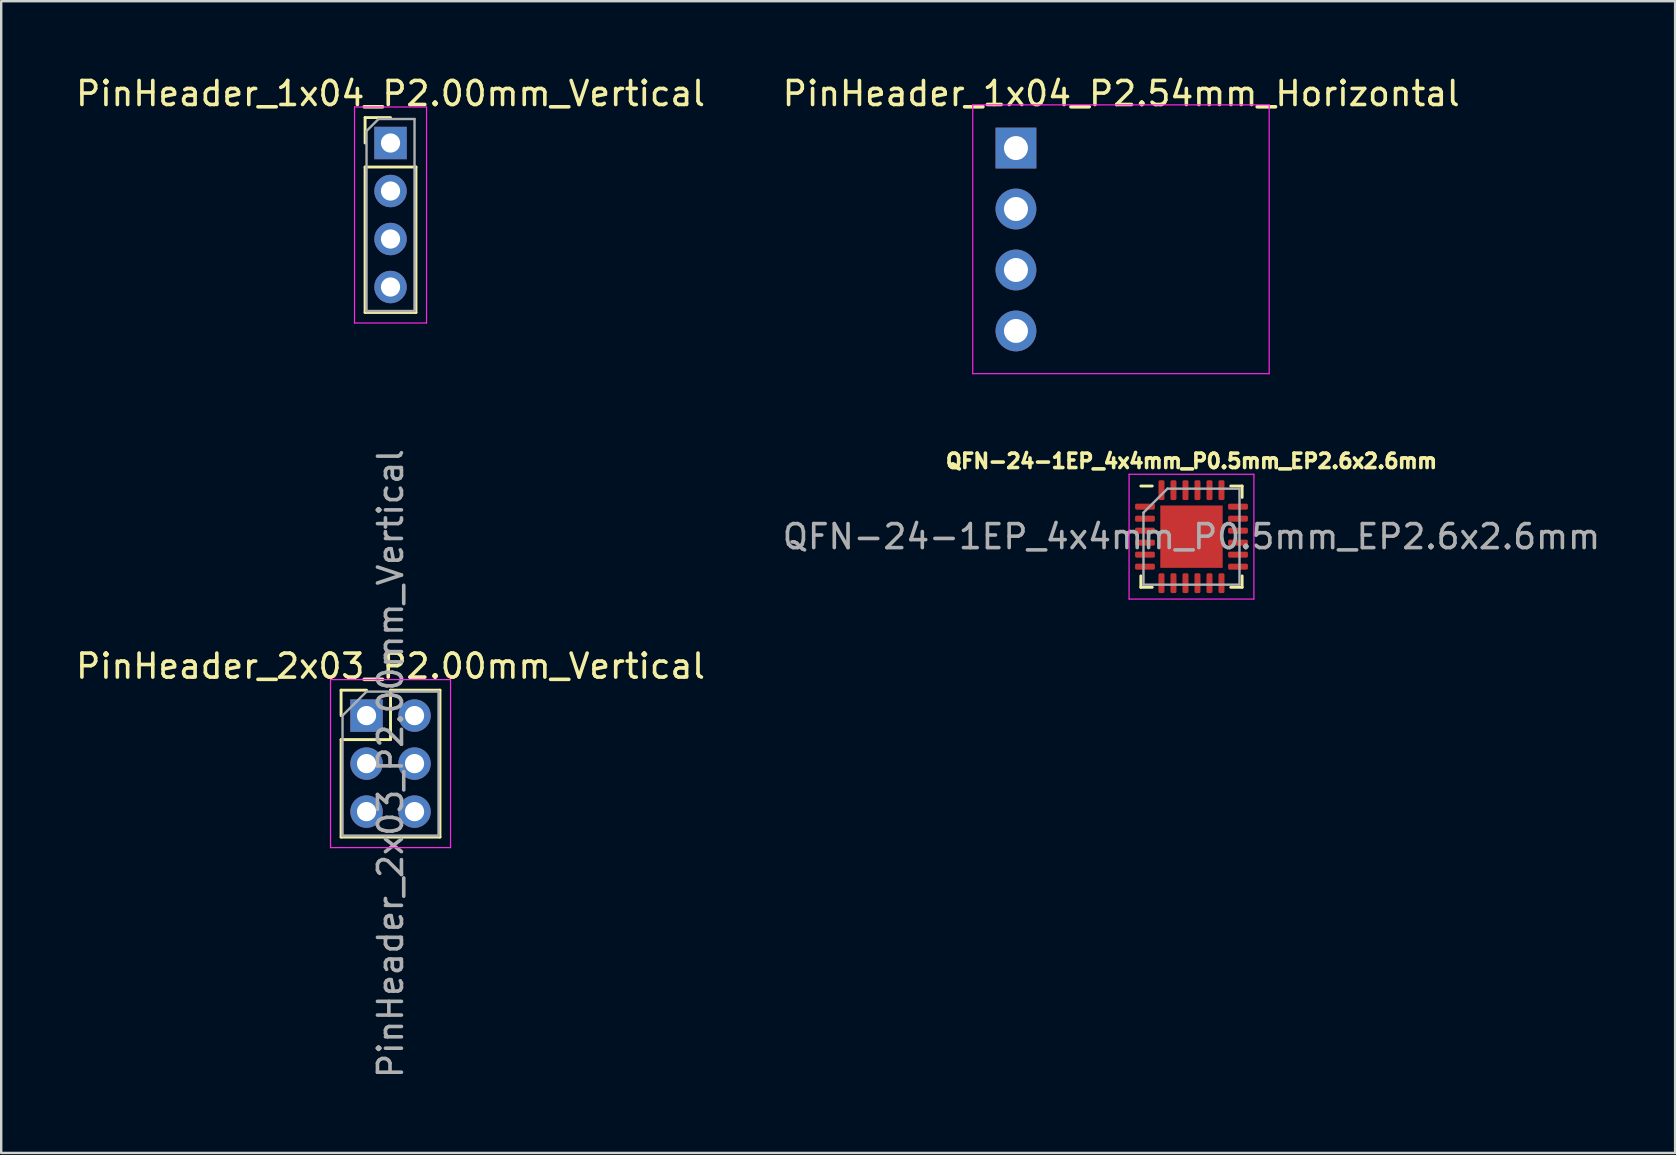
<source format=kicad_pcb>
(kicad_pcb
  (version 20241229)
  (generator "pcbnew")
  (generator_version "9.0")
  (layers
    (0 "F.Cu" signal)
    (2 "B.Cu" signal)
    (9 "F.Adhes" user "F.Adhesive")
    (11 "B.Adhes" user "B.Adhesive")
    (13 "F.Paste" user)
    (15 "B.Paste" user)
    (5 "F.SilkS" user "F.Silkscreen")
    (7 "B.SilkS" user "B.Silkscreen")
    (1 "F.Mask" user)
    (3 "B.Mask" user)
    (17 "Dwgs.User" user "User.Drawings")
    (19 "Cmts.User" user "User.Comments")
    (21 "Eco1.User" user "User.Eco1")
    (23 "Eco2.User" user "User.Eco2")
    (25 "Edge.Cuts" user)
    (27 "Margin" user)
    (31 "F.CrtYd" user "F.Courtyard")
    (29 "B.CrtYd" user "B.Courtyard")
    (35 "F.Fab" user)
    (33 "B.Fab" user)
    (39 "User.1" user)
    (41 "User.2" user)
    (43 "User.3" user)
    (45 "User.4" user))
  (footprint "QFN-24-1EP_4x4mm_P0.5mm_EP2.6x2.6mm"
    (layer "F.Cu")
    (at 46.589 19.308)
    (property "Reference" "QFN-24-1EP_4x4mm_P0.5mm_EP2.6x2.6mm" (at 0 -3.15 0) (layer "F.SilkS") (effects (font (size 0.6 0.6) (thickness 0.15))))
    (attr smd)
    (fp_line (start -2.11 2.11) (end -2.11 1.635) (stroke (width 0.12) (type solid)) (layer "F.SilkS"))
    (fp_line (start -1.635 -2.11) (end -2.11 -2.11) (stroke (width 0.12) (type solid)) (layer "F.SilkS"))
    (fp_line (start -1.635 2.11) (end -2.11 2.11) (stroke (width 0.12) (type solid)) (layer "F.SilkS"))
    (fp_line (start 1.635 -2.11) (end 2.11 -2.11) (stroke (width 0.12) (type solid)) (layer "F.SilkS"))
    (fp_line (start 1.635 2.11) (end 2.11 2.11) (stroke (width 0.12) (type solid)) (layer "F.SilkS"))
    (fp_line (start 2.11 -2.11) (end 2.11 -1.635) (stroke (width 0.12) (type solid)) (layer "F.SilkS"))
    (fp_line (start 2.11 2.11) (end 2.11 1.635) (stroke (width 0.12) (type solid)) (layer "F.SilkS"))
    (fp_line (start -2.6 -2.6) (end -2.6 2.6) (stroke (width 0.05) (type solid)) (layer "F.CrtYd"))
    (fp_line (start -2.6 2.6) (end 2.6 2.6) (stroke (width 0.05) (type solid)) (layer "F.CrtYd"))
    (fp_line (start 2.6 -2.6) (end -2.6 -2.6) (stroke (width 0.05) (type solid)) (layer "F.CrtYd"))
    (fp_line (start 2.6 2.6) (end 2.6 -2.6) (stroke (width 0.05) (type solid)) (layer "F.CrtYd"))
    (fp_line (start -2 -1) (end -1 -2) (stroke (width 0.1) (type solid)) (layer "F.Fab"))
    (fp_line (start -2 2) (end -2 -1) (stroke (width 0.1) (type solid)) (layer "F.Fab"))
    (fp_line (start -1 -2) (end 2 -2) (stroke (width 0.1) (type solid)) (layer "F.Fab"))
    (fp_line (start 2 -2) (end 2 2) (stroke (width 0.1) (type solid)) (layer "F.Fab"))
    (fp_line (start 2 2) (end -2 2) (stroke (width 0.1) (type solid)) (layer "F.Fab"))
    (fp_text user "${REFERENCE}" (at 0 0 0) (layer "F.Fab") (effects (font (size 1 1) (thickness 0.15))))
    (pad "" smd roundrect (at -0.65 -0.65) (size 1.05 1.05) (layers "F.Paste") (roundrect_rratio 0.238))
    (pad "" smd roundrect (at -0.65 0.65) (size 1.05 1.05) (layers "F.Paste") (roundrect_rratio 0.238))
    (pad "" smd roundrect (at 0.65 -0.65) (size 1.05 1.05) (layers "F.Paste") (roundrect_rratio 0.238))
    (pad "" smd roundrect (at 0.65 0.65) (size 1.05 1.05) (layers "F.Paste") (roundrect_rratio 0.238))
    (pad "25" smd rect (at 0 0) (size 2.6 2.6) (layers "F.Cu" "F.Mask"))
    (pad "AD0-9" smd roundrect (at -0.25 1.938) (size 0.25 0.825) (layers "F.Cu" "F.Mask" "F.Paste") (roundrect_rratio 0.25))
    (pad "AUX_CL-7" smd roundrect (at -1.25 1.938) (size 0.25 0.825) (layers "F.Cu" "F.Mask" "F.Paste") (roundrect_rratio 0.25))
    (pad "AUX_DA-6" smd roundrect (at -1.938 1.25) (size 0.825 0.25) (layers "F.Cu" "F.Mask" "F.Paste") (roundrect_rratio 0.25))
    (pad "CLKIN-1" smd roundrect (at -1.938 -1.25) (size 0.825 0.25) (layers "F.Cu" "F.Mask" "F.Paste") (roundrect_rratio 0.25))
    (pad "CPOUT-20" smd roundrect (at 0.75 -1.938) (size 0.25 0.825) (layers "F.Cu" "F.Mask" "F.Paste") (roundrect_rratio 0.25))
    (pad "FSYNC-11" smd roundrect (at 0.75 1.938) (size 0.25 0.825) (layers "F.Cu" "F.Mask" "F.Paste") (roundrect_rratio 0.25))
    (pad "GND-18" smd roundrect (at 1.938 -1.25) (size 0.825 0.25) (layers "F.Cu" "F.Mask" "F.Paste") (roundrect_rratio 0.25))
    (pad "INT-12" smd roundrect (at 1.25 1.938) (size 0.25 0.825) (layers "F.Cu" "F.Mask" "F.Paste") (roundrect_rratio 0.25))
    (pad "NC-2" smd roundrect (at -1.938 -0.75) (size 0.825 0.25) (layers "F.Cu" "F.Mask" "F.Paste") (roundrect_rratio 0.25))
    (pad "NC-3" smd roundrect (at -1.938 -0.25) (size 0.825 0.25) (layers "F.Cu" "F.Mask" "F.Paste") (roundrect_rratio 0.25))
    (pad "NC-4" smd roundrect (at -1.938 0.25) (size 0.825 0.25) (layers "F.Cu" "F.Mask" "F.Paste") (roundrect_rratio 0.25))
    (pad "NC-5" smd roundrect (at -1.938 0.75) (size 0.825 0.25) (layers "F.Cu" "F.Mask" "F.Paste") (roundrect_rratio 0.25))
    (pad "NC-14" smd roundrect (at 1.938 0.75) (size 0.825 0.25) (layers "F.Cu" "F.Mask" "F.Paste") (roundrect_rratio 0.25))
    (pad "NC-15" smd roundrect (at 1.938 0.25) (size 0.825 0.25) (layers "F.Cu" "F.Mask" "F.Paste") (roundrect_rratio 0.25))
    (pad "NC-16" smd roundrect (at 1.938 -0.25) (size 0.825 0.25) (layers "F.Cu" "F.Mask" "F.Paste") (roundrect_rratio 0.25))
    (pad "NC-17" smd roundrect (at 1.938 -0.75) (size 0.825 0.25) (layers "F.Cu" "F.Mask" "F.Paste") (roundrect_rratio 0.25))
    (pad "REGOUT-10" smd roundrect (at 0.25 1.938) (size 0.25 0.825) (layers "F.Cu" "F.Mask" "F.Paste") (roundrect_rratio 0.25))
    (pad "RESV-19" smd roundrect (at 1.25 -1.938) (size 0.25 0.825) (layers "F.Cu" "F.Mask" "F.Paste") (roundrect_rratio 0.25))
    (pad "RESV-21" smd roundrect (at 0.25 -1.938) (size 0.25 0.825) (layers "F.Cu" "F.Mask" "F.Paste") (roundrect_rratio 0.25))
    (pad "RESV-22" smd roundrect (at -0.25 -1.938) (size 0.25 0.825) (layers "F.Cu" "F.Mask" "F.Paste") (roundrect_rratio 0.25))
    (pad "SCL-23" smd roundrect (at -0.75 -1.938) (size 0.25 0.825) (layers "F.Cu" "F.Mask" "F.Paste") (roundrect_rratio 0.25))
    (pad "SDA-24" smd roundrect (at -1.25 -1.938) (size 0.25 0.825) (layers "F.Cu" "F.Mask" "F.Paste") (roundrect_rratio 0.25))
    (pad "VDD-13" smd roundrect (at 1.938 1.25) (size 0.825 0.25) (layers "F.Cu" "F.Mask" "F.Paste") (roundrect_rratio 0.25))
    (pad "VLOGIC-8" smd roundrect (at -0.75 1.938) (size 0.25 0.825) (layers "F.Cu" "F.Mask" "F.Paste") (roundrect_rratio 0.25)))
  (footprint "PinHeader_1x04_P2.54mm_Horizontal"
    (layer "F.Cu")
    (at 39.276 3.118)
    (property "Reference" "PinHeader_1x04_P2.54mm_Horizontal" (at 4.385 -2.27 0) (layer "F.SilkS") (effects (font (size 1 1) (thickness 0.15))))
    (attr through_hole)
    (fp_line (start -1.8 -1.8) (end -1.8 9.4) (stroke (width 0.05) (type solid)) (layer "F.CrtYd"))
    (fp_line (start -1.8 9.4) (end 10.55 9.4) (stroke (width 0.05) (type solid)) (layer "F.CrtYd"))
    (fp_line (start 10.55 -1.8) (end -1.8 -1.8) (stroke (width 0.05) (type solid)) (layer "F.CrtYd"))
    (fp_line (start 10.55 9.4) (end 10.55 -1.8) (stroke (width 0.05) (type solid)) (layer "F.CrtYd"))
    (pad "1" thru_hole rect (at 0 0 180) (size 1.7 1.7) (drill 1) (layers "*.Cu" "*.Mask"))
    (pad "2" thru_hole oval (at 0 2.54 180) (size 1.7 1.7) (drill 1) (layers "*.Cu" "*.Mask"))
    (pad "3" thru_hole oval (at 0 5.08 180) (size 1.7 1.7) (drill 1) (layers "*.Cu" "*.Mask"))
    (pad "4" thru_hole oval (at 0 7.62 180) (size 1.7 1.7) (drill 1) (layers "*.Cu" "*.Mask")))
  (footprint "PinHeader_2x03_P2.00mm_Vertical"
    (layer "F.Cu")
    (at 12.22 26.763)
    (property "Reference" "PinHeader_2x03_P2.00mm_Vertical" (at 1 -2.06 0) (layer "F.SilkS") (effects (font (size 1 1) (thickness 0.15))))
    (attr through_hole)
    (fp_line (start -1.06 -1.06) (end 0 -1.06) (stroke (width 0.12) (type solid)) (layer "F.SilkS"))
    (fp_line (start -1.06 0) (end -1.06 -1.06) (stroke (width 0.12) (type solid)) (layer "F.SilkS"))
    (fp_line (start -1.06 1) (end -1.06 5.06) (stroke (width 0.12) (type solid)) (layer "F.SilkS"))
    (fp_line (start -1.06 1) (end 1 1) (stroke (width 0.12) (type solid)) (layer "F.SilkS"))
    (fp_line (start -1.06 5.06) (end 3.06 5.06) (stroke (width 0.12) (type solid)) (layer "F.SilkS"))
    (fp_line (start 1 -1.06) (end 3.06 -1.06) (stroke (width 0.12) (type solid)) (layer "F.SilkS"))
    (fp_line (start 1 1) (end 1 -1.06) (stroke (width 0.12) (type solid)) (layer "F.SilkS"))
    (fp_line (start 3.06 -1.06) (end 3.06 5.06) (stroke (width 0.12) (type solid)) (layer "F.SilkS"))
    (fp_line (start -1.5 -1.5) (end -1.5 5.5) (stroke (width 0.05) (type solid)) (layer "F.CrtYd"))
    (fp_line (start -1.5 5.5) (end 3.5 5.5) (stroke (width 0.05) (type solid)) (layer "F.CrtYd"))
    (fp_line (start 3.5 -1.5) (end -1.5 -1.5) (stroke (width 0.05) (type solid)) (layer "F.CrtYd"))
    (fp_line (start 3.5 5.5) (end 3.5 -1.5) (stroke (width 0.05) (type solid)) (layer "F.CrtYd"))
    (fp_line (start -1 0) (end 0 -1) (stroke (width 0.1) (type solid)) (layer "F.Fab"))
    (fp_line (start -1 5) (end -1 0) (stroke (width 0.1) (type solid)) (layer "F.Fab"))
    (fp_line (start 0 -1) (end 3 -1) (stroke (width 0.1) (type solid)) (layer "F.Fab"))
    (fp_line (start 3 -1) (end 3 5) (stroke (width 0.1) (type solid)) (layer "F.Fab"))
    (fp_line (start 3 5) (end -1 5) (stroke (width 0.1) (type solid)) (layer "F.Fab"))
    (fp_text user "${REFERENCE}" (at 1 2 270) (layer "F.Fab") (effects (font (size 1 1) (thickness 0.15))))
    (pad "1" thru_hole rect (at 0 0) (size 1.35 1.35) (drill 0.8) (layers "*.Cu" "*.Mask"))
    (pad "2" thru_hole oval (at 2 0) (size 1.35 1.35) (drill 0.8) (layers "*.Cu" "*.Mask"))
    (pad "3" thru_hole oval (at 0 2) (size 1.35 1.35) (drill 0.8) (layers "*.Cu" "*.Mask"))
    (pad "4" thru_hole oval (at 2 2) (size 1.35 1.35) (drill 0.8) (layers "*.Cu" "*.Mask"))
    (pad "5" thru_hole oval (at 0 4) (size 1.35 1.35) (drill 0.8) (layers "*.Cu" "*.Mask"))
    (pad "6" thru_hole oval (at 2 4) (size 1.35 1.35) (drill 0.8) (layers "*.Cu" "*.Mask")))
  (footprint "PinHeader_1x04_P2.00mm_Vertical"
    (layer "F.Cu")
    (at 13.22 2.908)
    (property "Reference" "PinHeader_1x04_P2.00mm_Vertical" (at 0 -2.06 0) (layer "F.SilkS") (effects (font (size 1 1) (thickness 0.15))))
    (attr through_hole)
    (fp_line (start -1.06 -1.06) (end 0 -1.06) (stroke (width 0.12) (type solid)) (layer "F.SilkS"))
    (fp_line (start -1.06 0) (end -1.06 -1.06) (stroke (width 0.12) (type solid)) (layer "F.SilkS"))
    (fp_line (start -1.06 1) (end -1.06 7.06) (stroke (width 0.12) (type solid)) (layer "F.SilkS"))
    (fp_line (start -1.06 1) (end 1.06 1) (stroke (width 0.12) (type solid)) (layer "F.SilkS"))
    (fp_line (start -1.06 7.06) (end 1.06 7.06) (stroke (width 0.12) (type solid)) (layer "F.SilkS"))
    (fp_line (start 1.06 1) (end 1.06 7.06) (stroke (width 0.12) (type solid)) (layer "F.SilkS"))
    (fp_line (start -1.5 -1.5) (end -1.5 7.5) (stroke (width 0.05) (type solid)) (layer "F.CrtYd"))
    (fp_line (start -1.5 7.5) (end 1.5 7.5) (stroke (width 0.05) (type solid)) (layer "F.CrtYd"))
    (fp_line (start 1.5 -1.5) (end -1.5 -1.5) (stroke (width 0.05) (type solid)) (layer "F.CrtYd"))
    (fp_line (start 1.5 7.5) (end 1.5 -1.5) (stroke (width 0.05) (type solid)) (layer "F.CrtYd"))
    (fp_line (start -1 -0.5) (end -0.5 -1) (stroke (width 0.1) (type solid)) (layer "F.Fab"))
    (fp_line (start -1 7) (end -1 -0.5) (stroke (width 0.1) (type solid)) (layer "F.Fab"))
    (fp_line (start -0.5 -1) (end 1 -1) (stroke (width 0.1) (type solid)) (layer "F.Fab"))
    (fp_line (start 1 -1) (end 1 7) (stroke (width 0.1) (type solid)) (layer "F.Fab"))
    (fp_line (start 1 7) (end -1 7) (stroke (width 0.1) (type solid)) (layer "F.Fab"))
    (pad "1" thru_hole rect (at 0 0 180) (size 1.35 1.35) (drill 0.8) (layers "*.Cu" "*.Mask"))
    (pad "2" thru_hole oval (at 0 2 180) (size 1.35 1.35) (drill 0.8) (layers "*.Cu" "*.Mask"))
    (pad "3" thru_hole oval (at 0 4 180) (size 1.35 1.35) (drill 0.8) (layers "*.Cu" "*.Mask"))
    (pad "4" thru_hole oval (at 0 6 180) (size 1.35 1.35) (drill 0.8) (layers "*.Cu" "*.Mask")))
  (gr_rect
    (start -3 -3)
    (end 66.738 44.984)
    (stroke (width 0.1) (type default))
    (fill no)
    (layer "Edge.Cuts")))
</source>
